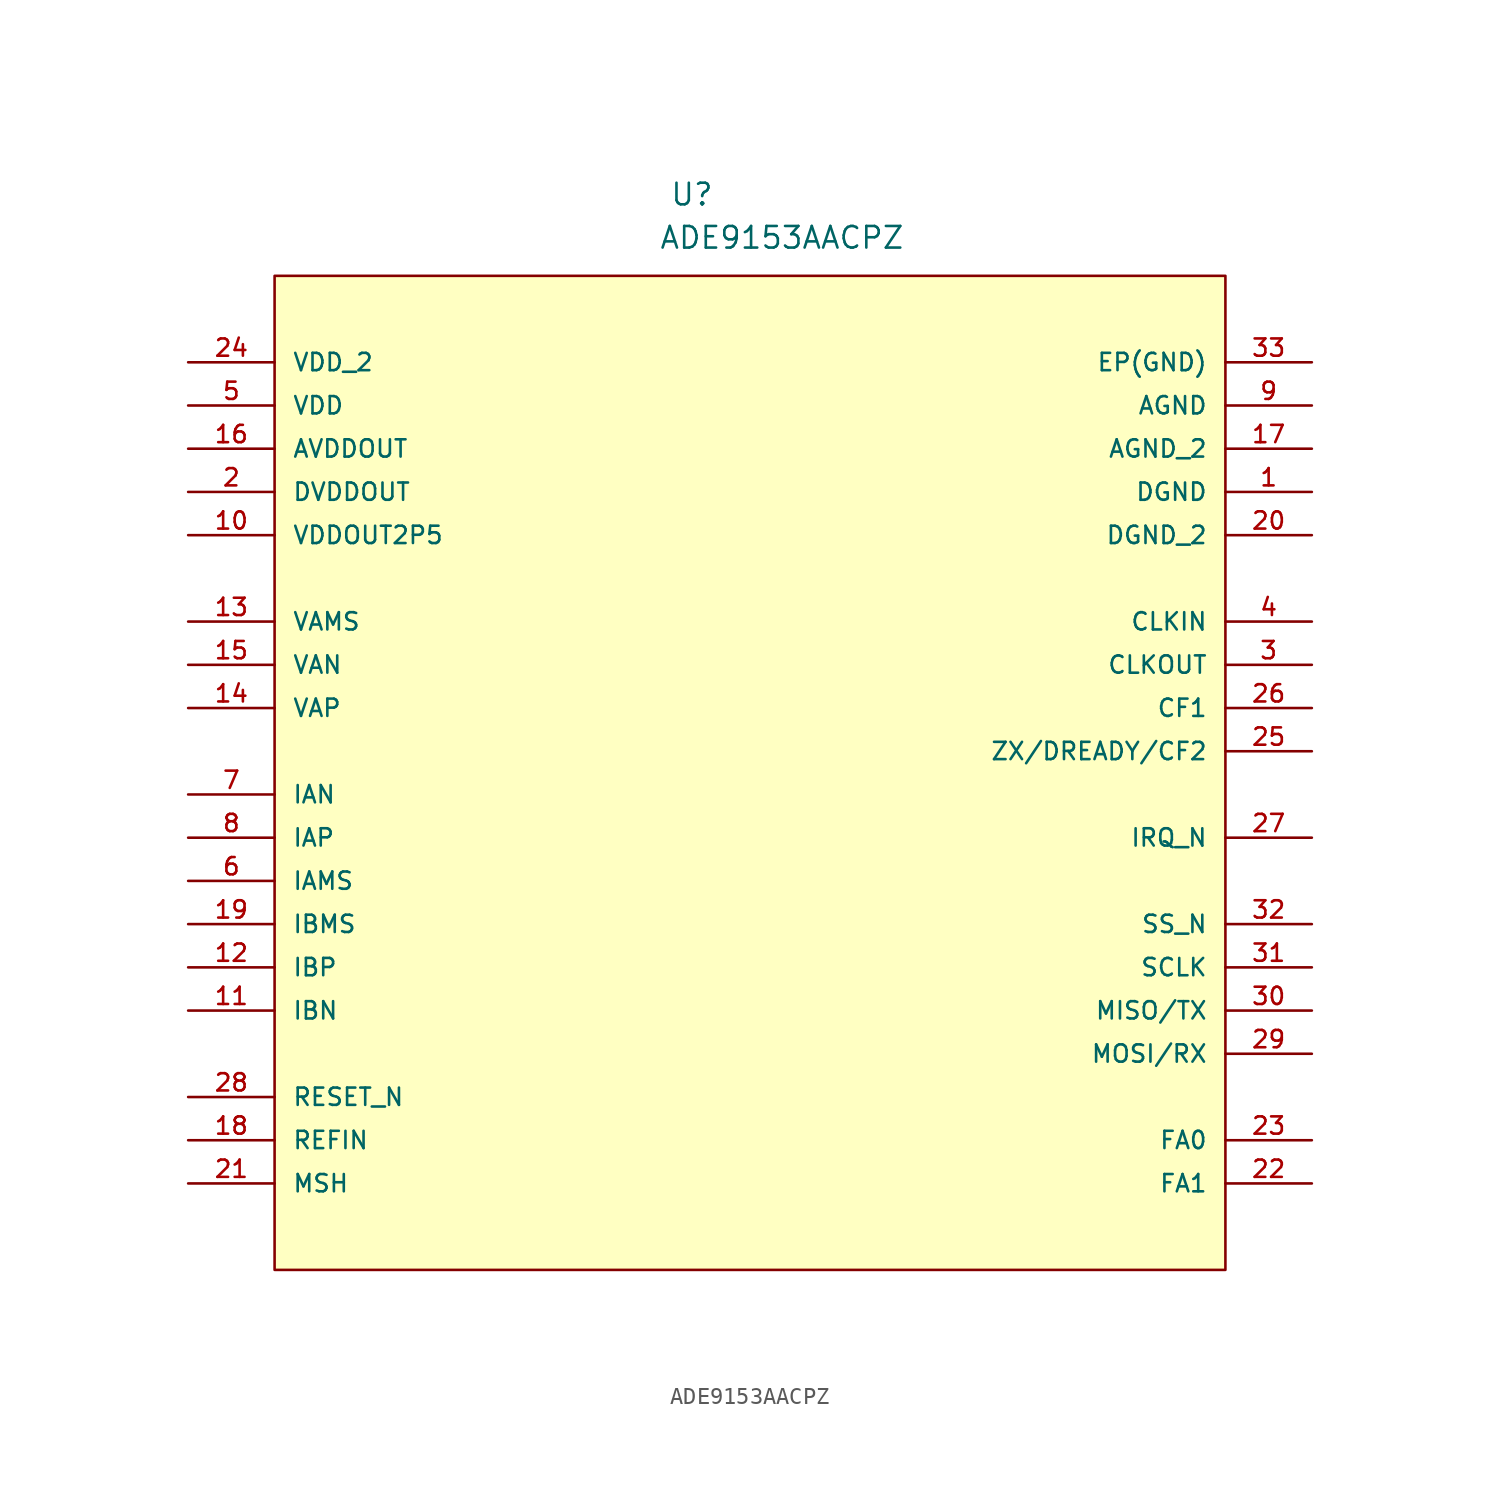
<source format=kicad_sym>
(kicad_symbol_lib
  (version 20211014)
  (generator kicad_symbol_editor)
  (symbol "ADE9153AACPZ"
    (pin_names
      (offset 1.016))
    (property "Reference" "U"
      (at 30.836 9.119 0.0)
      (effects (font (size 1.27 1.27)) (justify bottom left)))
    (property "Value" "ADE9153AACPZ"
      (at 30.201 6.579 0.0)
      (effects (font (size 1.27 1.27)) (justify bottom left)))
    (symbol "ADE9153AACPZ_0_0"
      (rectangle (start 7.62 -53.34) (end 63.5 5.08) (stroke (width 0.152)) (fill (type background)))
      (pin passive line (at 2.54 0.0 0) (length 5.08) (name "VDD_2" (effects (font (size 1.016 1.016)))) (number "24" (effects (font (size 1.016 1.016)))))
      (pin passive line (at 2.54 -2.54 0) (length 5.08) (name "VDD" (effects (font (size 1.016 1.016)))) (number "5" (effects (font (size 1.016 1.016)))))
      (pin passive line (at 2.54 -5.08 0) (length 5.08) (name "AVDDOUT" (effects (font (size 1.016 1.016)))) (number "16" (effects (font (size 1.016 1.016)))))
      (pin passive line (at 2.54 -7.62 0) (length 5.08) (name "DVDDOUT" (effects (font (size 1.016 1.016)))) (number "2" (effects (font (size 1.016 1.016)))))
      (pin passive line (at 2.54 -10.16 0) (length 5.08) (name "VDDOUT2P5" (effects (font (size 1.016 1.016)))) (number "10" (effects (font (size 1.016 1.016)))))
      (pin passive line (at 2.54 -15.24 0) (length 5.08) (name "VAMS" (effects (font (size 1.016 1.016)))) (number "13" (effects (font (size 1.016 1.016)))))
      (pin passive line (at 2.54 -17.78 0) (length 5.08) (name "VAN" (effects (font (size 1.016 1.016)))) (number "15" (effects (font (size 1.016 1.016)))))
      (pin passive line (at 2.54 -20.32 0) (length 5.08) (name "VAP" (effects (font (size 1.016 1.016)))) (number "14" (effects (font (size 1.016 1.016)))))
      (pin passive line (at 2.54 -25.4 0) (length 5.08) (name "IAN" (effects (font (size 1.016 1.016)))) (number "7" (effects (font (size 1.016 1.016)))))
      (pin passive line (at 2.54 -27.94 0) (length 5.08) (name "IAP" (effects (font (size 1.016 1.016)))) (number "8" (effects (font (size 1.016 1.016)))))
      (pin passive line (at 2.54 -30.48 0) (length 5.08) (name "IAMS" (effects (font (size 1.016 1.016)))) (number "6" (effects (font (size 1.016 1.016)))))
      (pin passive line (at 2.54 -33.02 0) (length 5.08) (name "IBMS" (effects (font (size 1.016 1.016)))) (number "19" (effects (font (size 1.016 1.016)))))
      (pin passive line (at 2.54 -35.56 0) (length 5.08) (name "IBP" (effects (font (size 1.016 1.016)))) (number "12" (effects (font (size 1.016 1.016)))))
      (pin passive line (at 2.54 -38.1 0) (length 5.08) (name "IBN" (effects (font (size 1.016 1.016)))) (number "11" (effects (font (size 1.016 1.016)))))
      (pin passive line (at 2.54 -43.18 0) (length 5.08) (name "RESET_N" (effects (font (size 1.016 1.016)))) (number "28" (effects (font (size 1.016 1.016)))))
      (pin passive line (at 2.54 -45.72 0) (length 5.08) (name "REFIN" (effects (font (size 1.016 1.016)))) (number "18" (effects (font (size 1.016 1.016)))))
      (pin passive line (at 2.54 -48.26 0) (length 5.08) (name "MSH" (effects (font (size 1.016 1.016)))) (number "21" (effects (font (size 1.016 1.016)))))
      (pin passive line (at 68.58 -48.26 180.0) (length 5.08) (name "FA1" (effects (font (size 1.016 1.016)))) (number "22" (effects (font (size 1.016 1.016)))))
      (pin passive line (at 68.58 -45.72 180.0) (length 5.08) (name "FA0" (effects (font (size 1.016 1.016)))) (number "23" (effects (font (size 1.016 1.016)))))
      (pin passive line (at 68.58 -40.64 180.0) (length 5.08) (name "MOSI/RX" (effects (font (size 1.016 1.016)))) (number "29" (effects (font (size 1.016 1.016)))))
      (pin passive line (at 68.58 -38.1 180.0) (length 5.08) (name "MISO/TX" (effects (font (size 1.016 1.016)))) (number "30" (effects (font (size 1.016 1.016)))))
      (pin passive line (at 68.58 -35.56 180.0) (length 5.08) (name "SCLK" (effects (font (size 1.016 1.016)))) (number "31" (effects (font (size 1.016 1.016)))))
      (pin passive line (at 68.58 -33.02 180.0) (length 5.08) (name "SS_N" (effects (font (size 1.016 1.016)))) (number "32" (effects (font (size 1.016 1.016)))))
      (pin passive line (at 68.58 -27.94 180.0) (length 5.08) (name "IRQ_N" (effects (font (size 1.016 1.016)))) (number "27" (effects (font (size 1.016 1.016)))))
      (pin passive line (at 68.58 -22.86 180.0) (length 5.08) (name "ZX/DREADY/CF2" (effects (font (size 1.016 1.016)))) (number "25" (effects (font (size 1.016 1.016)))))
      (pin passive line (at 68.58 -20.32 180.0) (length 5.08) (name "CF1" (effects (font (size 1.016 1.016)))) (number "26" (effects (font (size 1.016 1.016)))))
      (pin passive line (at 68.58 -17.78 180.0) (length 5.08) (name "CLKOUT" (effects (font (size 1.016 1.016)))) (number "3" (effects (font (size 1.016 1.016)))))
      (pin passive line (at 68.58 -15.24 180.0) (length 5.08) (name "CLKIN" (effects (font (size 1.016 1.016)))) (number "4" (effects (font (size 1.016 1.016)))))
      (pin passive line (at 68.58 -10.16 180.0) (length 5.08) (name "DGND_2" (effects (font (size 1.016 1.016)))) (number "20" (effects (font (size 1.016 1.016)))))
      (pin passive line (at 68.58 -7.62 180.0) (length 5.08) (name "DGND" (effects (font (size 1.016 1.016)))) (number "1" (effects (font (size 1.016 1.016)))))
      (pin passive line (at 68.58 -5.08 180.0) (length 5.08) (name "AGND_2" (effects (font (size 1.016 1.016)))) (number "17" (effects (font (size 1.016 1.016)))))
      (pin passive line (at 68.58 -2.54 180.0) (length 5.08) (name "AGND" (effects (font (size 1.016 1.016)))) (number "9" (effects (font (size 1.016 1.016)))))
      (pin passive line (at 68.58 0.0 180.0) (length 5.08) (name "EP(GND)" (effects (font (size 1.016 1.016)))) (number "33" (effects (font (size 1.016 1.016))))))))
</source>
